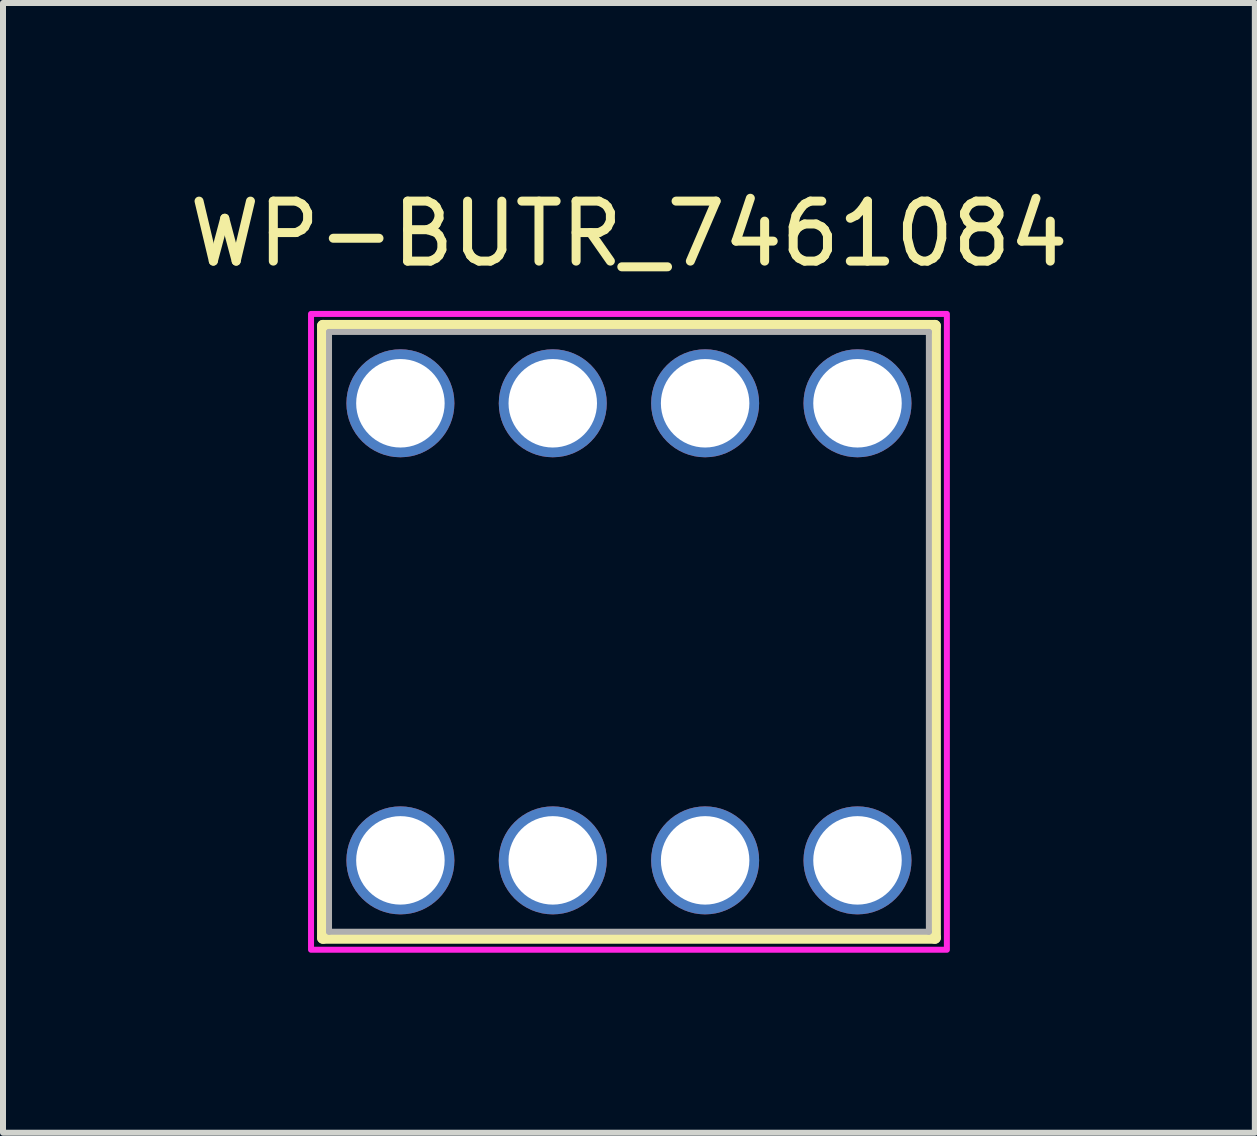
<source format=kicad_pcb>
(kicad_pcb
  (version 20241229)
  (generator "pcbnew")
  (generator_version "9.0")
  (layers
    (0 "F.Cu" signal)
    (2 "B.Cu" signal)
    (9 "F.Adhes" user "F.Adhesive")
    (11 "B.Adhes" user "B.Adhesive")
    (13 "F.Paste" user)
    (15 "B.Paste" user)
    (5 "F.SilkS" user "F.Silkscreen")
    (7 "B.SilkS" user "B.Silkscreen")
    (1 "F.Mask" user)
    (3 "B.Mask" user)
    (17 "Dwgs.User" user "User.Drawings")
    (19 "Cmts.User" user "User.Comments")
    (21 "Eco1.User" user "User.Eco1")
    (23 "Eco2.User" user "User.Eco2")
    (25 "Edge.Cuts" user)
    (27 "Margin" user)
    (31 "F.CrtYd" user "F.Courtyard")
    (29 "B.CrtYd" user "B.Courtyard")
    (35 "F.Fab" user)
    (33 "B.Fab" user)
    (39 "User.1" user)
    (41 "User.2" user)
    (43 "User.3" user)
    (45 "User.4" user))
  (footprint "WP-BUTR_7461084"
    (layer "F.Cu")
    (at 7.435 7.483)
    (property "Reference" "WP-BUTR_7461084" (at 0 -6.635 0) (layer "F.SilkS") (effects (font (size 1 1) (thickness 0.15))))
    (attr through_hole)
    (fp_line (start -5.1 -5.1) (end 5.1 -5.1) (stroke (width 0.2) (type solid)) (layer "F.SilkS"))
    (fp_line (start -5.1 5.1) (end -5.1 -5.1) (stroke (width 0.2) (type solid)) (layer "F.SilkS"))
    (fp_line (start 5.1 -5.1) (end 5.1 5.1) (stroke (width 0.2) (type solid)) (layer "F.SilkS"))
    (fp_line (start 5.1 5.1) (end -5.1 5.1) (stroke (width 0.2) (type solid)) (layer "F.SilkS"))
    (fp_poly (pts (xy -5.3 -5.3) (xy 5.3 -5.3) (xy 5.3 5.3) (xy -5.3 5.3)) (stroke (width 0.1) (type solid)) (fill no) (layer "F.CrtYd"))
    (fp_line (start -5 -5) (end 5 -5) (stroke (width 0.1) (type solid)) (layer "F.Fab"))
    (fp_line (start -5 5) (end -5 -5) (stroke (width 0.1) (type solid)) (layer "F.Fab"))
    (fp_line (start 5 -5) (end 5 5) (stroke (width 0.1) (type solid)) (layer "F.Fab"))
    (fp_line (start 5 5) (end -5 5) (stroke (width 0.1) (type solid)) (layer "F.Fab"))
    (pad "1" thru_hole circle (at -3.81 -3.81) (size 1.8 1.8) (drill 1.475) (layers "*.Cu" "*.Mask"))
    (pad "2" thru_hole circle (at -1.27 -3.81) (size 1.8 1.8) (drill 1.475) (layers "*.Cu" "*.Mask"))
    (pad "3" thru_hole circle (at 1.27 -3.81) (size 1.8 1.8) (drill 1.475) (layers "*.Cu" "*.Mask"))
    (pad "4" thru_hole circle (at 3.81 -3.81) (size 1.8 1.8) (drill 1.475) (layers "*.Cu" "*.Mask"))
    (pad "5" thru_hole circle (at 3.81 3.81) (size 1.8 1.8) (drill 1.475) (layers "*.Cu" "*.Mask"))
    (pad "6" thru_hole circle (at 1.27 3.81) (size 1.8 1.8) (drill 1.475) (layers "*.Cu" "*.Mask"))
    (pad "7" thru_hole circle (at -1.27 3.81) (size 1.8 1.8) (drill 1.475) (layers "*.Cu" "*.Mask"))
    (pad "8" thru_hole circle (at -3.81 3.81) (size 1.8 1.8) (drill 1.475) (layers "*.Cu" "*.Mask")))
  (gr_rect
    (start -3 -3)
    (end 17.869 15.833)
    (stroke (width 0.1) (type default))
    (fill no)
    (layer "Edge.Cuts")))
</source>
